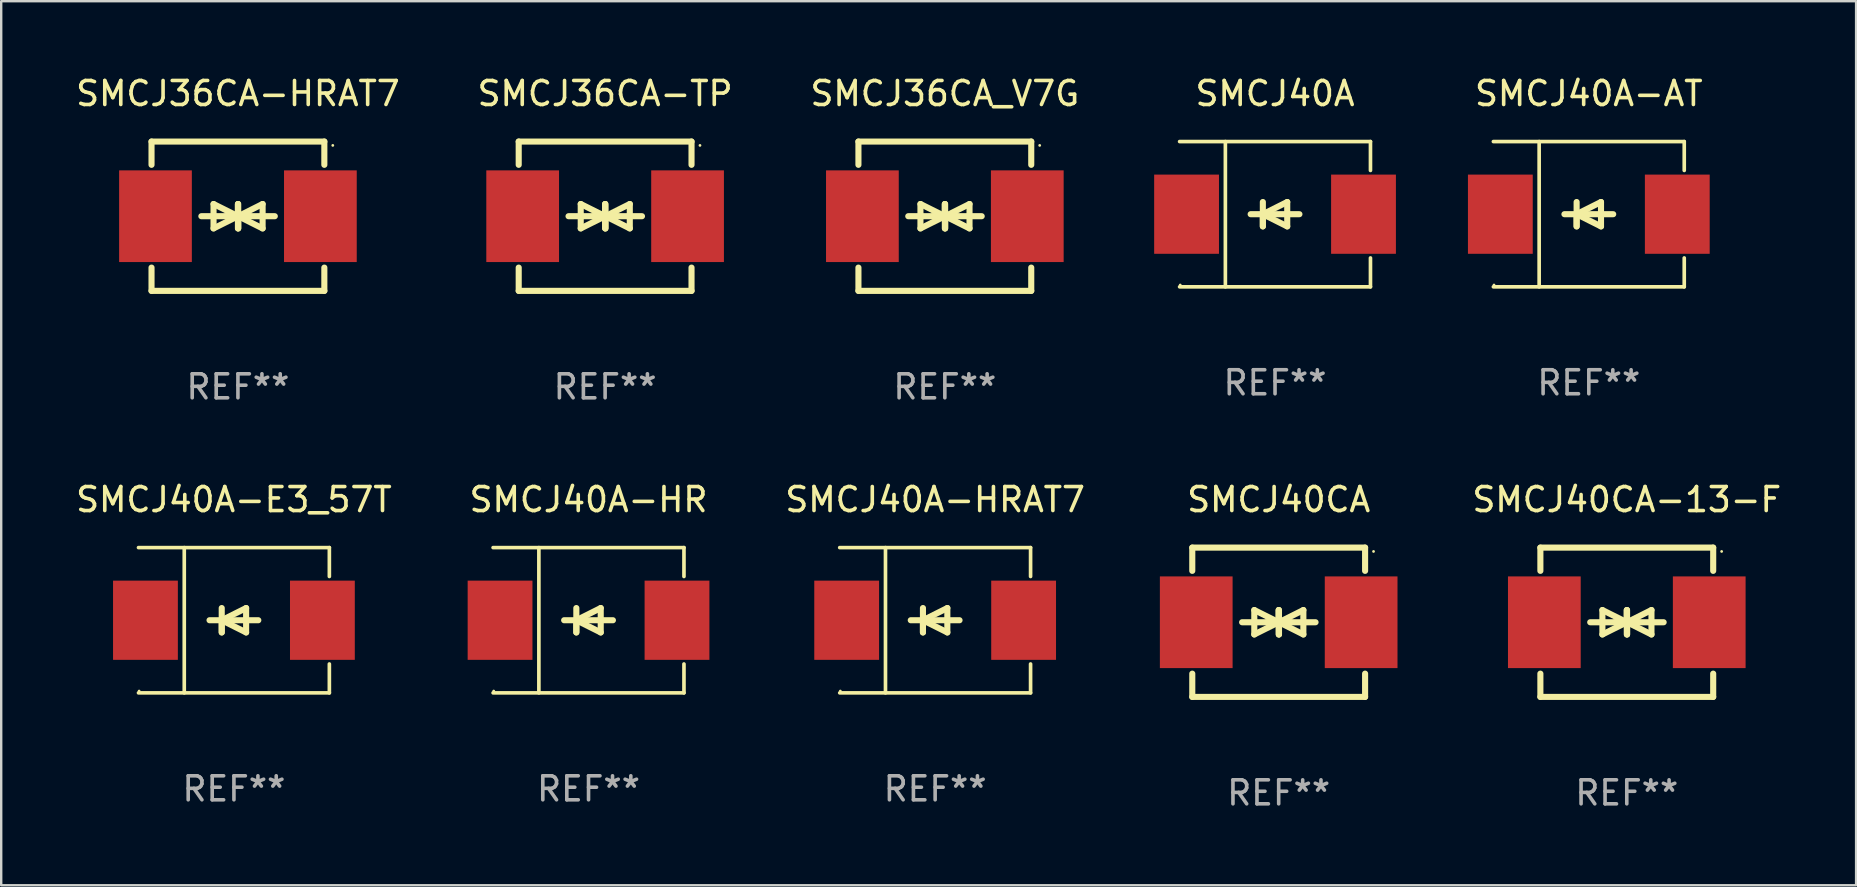
<source format=kicad_pcb>
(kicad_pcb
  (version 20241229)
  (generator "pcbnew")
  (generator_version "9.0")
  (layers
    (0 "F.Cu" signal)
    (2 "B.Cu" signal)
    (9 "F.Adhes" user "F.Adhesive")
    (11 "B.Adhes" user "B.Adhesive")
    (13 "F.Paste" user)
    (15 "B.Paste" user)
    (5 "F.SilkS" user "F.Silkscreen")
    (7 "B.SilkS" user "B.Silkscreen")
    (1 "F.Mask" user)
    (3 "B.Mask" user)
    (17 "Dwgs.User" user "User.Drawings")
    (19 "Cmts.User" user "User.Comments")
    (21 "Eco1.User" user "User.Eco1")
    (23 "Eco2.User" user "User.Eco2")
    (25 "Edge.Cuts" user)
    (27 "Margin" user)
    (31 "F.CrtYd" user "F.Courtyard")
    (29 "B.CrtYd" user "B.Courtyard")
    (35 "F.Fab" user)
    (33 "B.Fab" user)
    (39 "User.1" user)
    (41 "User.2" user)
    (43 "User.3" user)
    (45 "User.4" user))
  (footprint "SMCJ40CA-13-F"
    (layer "F.Cu")
    (at 64.727 22.875)
    (property "Reference" "SMCJ40CA-13-F" (at 0 -5.11 0) (layer "F.SilkS") (effects (font (size 1 1) (thickness 0.15))))
    (attr through_hole)
    (fp_line (start -3.6 -2.141) (end -3.6 -3.11) (stroke (width 0.254) (type solid)) (layer "F.SilkS"))
    (fp_line (start -3.6 3.11) (end -3.6 2.141) (stroke (width 0.254) (type solid)) (layer "F.SilkS"))
    (fp_line (start -1.524 0) (end 0.508 0) (stroke (width 0.254) (type solid)) (layer "F.SilkS"))
    (fp_line (start -1.016 -0.508) (end -1.016 0.508) (stroke (width 0.254) (type solid)) (layer "F.SilkS"))
    (fp_line (start -1.016 0.508) (end 0 0) (stroke (width 0.254) (type solid)) (layer "F.SilkS"))
    (fp_line (start 0 -0.508) (end 0 0.508) (stroke (width 0.254) (type solid)) (layer "F.SilkS"))
    (fp_line (start 0 0) (end -1.016 -0.508) (stroke (width 0.254) (type solid)) (layer "F.SilkS"))
    (fp_line (start 0 0) (end 0 -0.508) (stroke (width 0.254) (type solid)) (layer "F.SilkS"))
    (fp_line (start 0.012 0) (end 0.012 0.508) (stroke (width 0.254) (type solid)) (layer "F.SilkS"))
    (fp_line (start 0.012 0) (end 1.028 0.508) (stroke (width 0.254) (type solid)) (layer "F.SilkS"))
    (fp_line (start 0.012 0.508) (end 0.012 -0.508) (stroke (width 0.254) (type solid)) (layer "F.SilkS"))
    (fp_line (start 1.028 -0.508) (end 0.012 0) (stroke (width 0.254) (type solid)) (layer "F.SilkS"))
    (fp_line (start 1.028 0.508) (end 1.028 -0.508) (stroke (width 0.254) (type solid)) (layer "F.SilkS"))
    (fp_line (start 1.536 0) (end -0.496 0) (stroke (width 0.254) (type solid)) (layer "F.SilkS"))
    (fp_line (start 3.6 -3.11) (end -3.6 -3.11) (stroke (width 0.254) (type solid)) (layer "F.SilkS"))
    (fp_line (start 3.6 -2.141) (end 3.6 -3.11) (stroke (width 0.254) (type solid)) (layer "F.SilkS"))
    (fp_line (start 3.6 3.11) (end -3.6 3.11) (stroke (width 0.254) (type solid)) (layer "F.SilkS"))
    (fp_line (start 3.6 3.11) (end 3.6 2.141) (stroke (width 0.254) (type solid)) (layer "F.SilkS"))
    (fp_circle (center 3.952 -2.95) (end 3.982 -2.95) (stroke (width 0.06) (type solid)) (fill no) (layer "F.SilkS"))
    (fp_text user "REF**" (at 0 7.11 0) (layer "F.Fab") (effects (font (size 1 1) (thickness 0.15))))
    (pad "1" smd rect (at 3.435 0) (size 3.03 3.82) (layers "F.Cu" "F.Mask" "F.Paste"))
    (pad "2" smd rect (at -3.435 0) (size 3.03 3.82) (layers "F.Cu" "F.Mask" "F.Paste")))
  (footprint "SMCJ40A-HRAT7"
    (layer "F.Cu")
    (at 35.911 22.791)
    (property "Reference" "SMCJ40A-HRAT7" (at 0 -5.026 0) (layer "F.SilkS") (effects (font (size 1 1) (thickness 0.15))))
    (attr through_hole)
    (fp_line (start -3.976 -3.026) (end 3.976 -3.026) (stroke (width 0.152) (type solid)) (layer "F.SilkS"))
    (fp_line (start -3.976 3.026) (end 3.976 3.026) (stroke (width 0.152) (type solid)) (layer "F.SilkS"))
    (fp_line (start -2.069 -3.026) (end -2.069 3.026) (stroke (width 0.152) (type solid)) (layer "F.SilkS"))
    (fp_line (start -0.508 0) (end -0.508 0.508) (stroke (width 0.254) (type solid)) (layer "F.SilkS"))
    (fp_line (start -0.508 0) (end 0.508 0.508) (stroke (width 0.254) (type solid)) (layer "F.SilkS"))
    (fp_line (start -0.508 0.508) (end -0.508 -0.508) (stroke (width 0.254) (type solid)) (layer "F.SilkS"))
    (fp_line (start 0.508 -0.508) (end -0.508 0) (stroke (width 0.254) (type solid)) (layer "F.SilkS"))
    (fp_line (start 0.508 0.508) (end 0.508 -0.508) (stroke (width 0.254) (type solid)) (layer "F.SilkS"))
    (fp_line (start 1.016 0) (end -1.016 0) (stroke (width 0.254) (type solid)) (layer "F.SilkS"))
    (fp_line (start 3.976 -3.026) (end 3.976 -1.823) (stroke (width 0.152) (type solid)) (layer "F.SilkS"))
    (fp_line (start 3.976 3.026) (end 3.976 1.823) (stroke (width 0.152) (type solid)) (layer "F.SilkS"))
    (fp_circle (center -3.95 2.95) (end -3.92 2.95) (stroke (width 0.06) (type solid)) (fill no) (layer "F.SilkS"))
    (fp_text user "REF**" (at 0 7.026 0) (layer "F.Fab") (effects (font (size 1 1) (thickness 0.15))))
    (pad "1" smd rect (at -3.686 0) (size 2.7 3.3) (layers "F.Cu" "F.Mask" "F.Paste"))
    (pad "2" smd rect (at 3.686 0) (size 2.7 3.3) (layers "F.Cu" "F.Mask" "F.Paste")))
  (footprint "SMCJ40A-HR"
    (layer "F.Cu")
    (at 21.47 22.791)
    (property "Reference" "SMCJ40A-HR" (at 0 -5.026 0) (layer "F.SilkS") (effects (font (size 1 1) (thickness 0.15))))
    (attr through_hole)
    (fp_line (start -3.976 -3.026) (end 3.976 -3.026) (stroke (width 0.152) (type solid)) (layer "F.SilkS"))
    (fp_line (start -3.976 3.026) (end 3.976 3.026) (stroke (width 0.152) (type solid)) (layer "F.SilkS"))
    (fp_line (start -2.069 -3.026) (end -2.069 3.026) (stroke (width 0.152) (type solid)) (layer "F.SilkS"))
    (fp_line (start -0.508 0) (end -0.508 0.508) (stroke (width 0.254) (type solid)) (layer "F.SilkS"))
    (fp_line (start -0.508 0) (end 0.508 0.508) (stroke (width 0.254) (type solid)) (layer "F.SilkS"))
    (fp_line (start -0.508 0.508) (end -0.508 -0.508) (stroke (width 0.254) (type solid)) (layer "F.SilkS"))
    (fp_line (start 0.508 -0.508) (end -0.508 0) (stroke (width 0.254) (type solid)) (layer "F.SilkS"))
    (fp_line (start 0.508 0.508) (end 0.508 -0.508) (stroke (width 0.254) (type solid)) (layer "F.SilkS"))
    (fp_line (start 1.016 0) (end -1.016 0) (stroke (width 0.254) (type solid)) (layer "F.SilkS"))
    (fp_line (start 3.976 -3.026) (end 3.976 -1.823) (stroke (width 0.152) (type solid)) (layer "F.SilkS"))
    (fp_line (start 3.976 3.026) (end 3.976 1.823) (stroke (width 0.152) (type solid)) (layer "F.SilkS"))
    (fp_circle (center -3.95 2.95) (end -3.92 2.95) (stroke (width 0.06) (type solid)) (fill no) (layer "F.SilkS"))
    (fp_text user "REF**" (at 0 7.026 0) (layer "F.Fab") (effects (font (size 1 1) (thickness 0.15))))
    (pad "1" smd rect (at -3.686 0) (size 2.7 3.3) (layers "F.Cu" "F.Mask" "F.Paste"))
    (pad "2" smd rect (at 3.686 0) (size 2.7 3.3) (layers "F.Cu" "F.Mask" "F.Paste")))
  (footprint "SMCJ40A"
    (layer "F.Cu")
    (at 50.072 5.874)
    (property "Reference" "SMCJ40A" (at 0 -5.026 0) (layer "F.SilkS") (effects (font (size 1 1) (thickness 0.15))))
    (attr through_hole)
    (fp_line (start -3.976 -3.026) (end 3.976 -3.026) (stroke (width 0.152) (type solid)) (layer "F.SilkS"))
    (fp_line (start -3.976 3.026) (end 3.976 3.026) (stroke (width 0.152) (type solid)) (layer "F.SilkS"))
    (fp_line (start -2.069 -3.026) (end -2.069 3.026) (stroke (width 0.152) (type solid)) (layer "F.SilkS"))
    (fp_line (start -0.508 0) (end -0.508 0.508) (stroke (width 0.254) (type solid)) (layer "F.SilkS"))
    (fp_line (start -0.508 0) (end 0.508 0.508) (stroke (width 0.254) (type solid)) (layer "F.SilkS"))
    (fp_line (start -0.508 0.508) (end -0.508 -0.508) (stroke (width 0.254) (type solid)) (layer "F.SilkS"))
    (fp_line (start 0.508 -0.508) (end -0.508 0) (stroke (width 0.254) (type solid)) (layer "F.SilkS"))
    (fp_line (start 0.508 0.508) (end 0.508 -0.508) (stroke (width 0.254) (type solid)) (layer "F.SilkS"))
    (fp_line (start 1.016 0) (end -1.016 0) (stroke (width 0.254) (type solid)) (layer "F.SilkS"))
    (fp_line (start 3.976 -3.026) (end 3.976 -1.823) (stroke (width 0.152) (type solid)) (layer "F.SilkS"))
    (fp_line (start 3.976 3.026) (end 3.976 1.823) (stroke (width 0.152) (type solid)) (layer "F.SilkS"))
    (fp_circle (center -3.95 2.95) (end -3.92 2.95) (stroke (width 0.06) (type solid)) (fill no) (layer "F.SilkS"))
    (fp_text user "REF**" (at 0 7.026 0) (layer "F.Fab") (effects (font (size 1 1) (thickness 0.15))))
    (pad "1" smd rect (at -3.686 0) (size 2.7 3.3) (layers "F.Cu" "F.Mask" "F.Paste"))
    (pad "2" smd rect (at 3.686 0) (size 2.7 3.3) (layers "F.Cu" "F.Mask" "F.Paste")))
  (footprint "SMCJ36CA_V7G"
    (layer "F.Cu")
    (at 36.315 5.958)
    (property "Reference" "SMCJ36CA_V7G" (at 0 -5.11 0) (layer "F.SilkS") (effects (font (size 1 1) (thickness 0.15))))
    (attr through_hole)
    (fp_line (start -3.6 -2.141) (end -3.6 -3.11) (stroke (width 0.254) (type solid)) (layer "F.SilkS"))
    (fp_line (start -3.6 3.11) (end -3.6 2.141) (stroke (width 0.254) (type solid)) (layer "F.SilkS"))
    (fp_line (start -1.524 0) (end 0.508 0) (stroke (width 0.254) (type solid)) (layer "F.SilkS"))
    (fp_line (start -1.016 -0.508) (end -1.016 0.508) (stroke (width 0.254) (type solid)) (layer "F.SilkS"))
    (fp_line (start -1.016 0.508) (end 0 0) (stroke (width 0.254) (type solid)) (layer "F.SilkS"))
    (fp_line (start 0 -0.508) (end 0 0.508) (stroke (width 0.254) (type solid)) (layer "F.SilkS"))
    (fp_line (start 0 0) (end -1.016 -0.508) (stroke (width 0.254) (type solid)) (layer "F.SilkS"))
    (fp_line (start 0 0) (end 0 -0.508) (stroke (width 0.254) (type solid)) (layer "F.SilkS"))
    (fp_line (start 0.012 0) (end 0.012 0.508) (stroke (width 0.254) (type solid)) (layer "F.SilkS"))
    (fp_line (start 0.012 0) (end 1.028 0.508) (stroke (width 0.254) (type solid)) (layer "F.SilkS"))
    (fp_line (start 0.012 0.508) (end 0.012 -0.508) (stroke (width 0.254) (type solid)) (layer "F.SilkS"))
    (fp_line (start 1.028 -0.508) (end 0.012 0) (stroke (width 0.254) (type solid)) (layer "F.SilkS"))
    (fp_line (start 1.028 0.508) (end 1.028 -0.508) (stroke (width 0.254) (type solid)) (layer "F.SilkS"))
    (fp_line (start 1.536 0) (end -0.496 0) (stroke (width 0.254) (type solid)) (layer "F.SilkS"))
    (fp_line (start 3.6 -3.11) (end -3.6 -3.11) (stroke (width 0.254) (type solid)) (layer "F.SilkS"))
    (fp_line (start 3.6 -2.141) (end 3.6 -3.11) (stroke (width 0.254) (type solid)) (layer "F.SilkS"))
    (fp_line (start 3.6 3.11) (end -3.6 3.11) (stroke (width 0.254) (type solid)) (layer "F.SilkS"))
    (fp_line (start 3.6 3.11) (end 3.6 2.141) (stroke (width 0.254) (type solid)) (layer "F.SilkS"))
    (fp_circle (center 3.952 -2.95) (end 3.982 -2.95) (stroke (width 0.06) (type solid)) (fill no) (layer "F.SilkS"))
    (fp_text user "REF**" (at 0 7.11 0) (layer "F.Fab") (effects (font (size 1 1) (thickness 0.15))))
    (pad "1" smd rect (at 3.435 0) (size 3.03 3.82) (layers "F.Cu" "F.Mask" "F.Paste"))
    (pad "2" smd rect (at -3.435 0) (size 3.03 3.82) (layers "F.Cu" "F.Mask" "F.Paste")))
  (footprint "SMCJ36CA-HRAT7"
    (layer "F.Cu")
    (at 6.863 5.958)
    (property "Reference" "SMCJ36CA-HRAT7" (at 0 -5.11 0) (layer "F.SilkS") (effects (font (size 1 1) (thickness 0.15))))
    (attr through_hole)
    (fp_line (start -3.6 -2.141) (end -3.6 -3.11) (stroke (width 0.254) (type solid)) (layer "F.SilkS"))
    (fp_line (start -3.6 3.11) (end -3.6 2.141) (stroke (width 0.254) (type solid)) (layer "F.SilkS"))
    (fp_line (start -1.524 0) (end 0.508 0) (stroke (width 0.254) (type solid)) (layer "F.SilkS"))
    (fp_line (start -1.016 -0.508) (end -1.016 0.508) (stroke (width 0.254) (type solid)) (layer "F.SilkS"))
    (fp_line (start -1.016 0.508) (end 0 0) (stroke (width 0.254) (type solid)) (layer "F.SilkS"))
    (fp_line (start 0 -0.508) (end 0 0.508) (stroke (width 0.254) (type solid)) (layer "F.SilkS"))
    (fp_line (start 0 0) (end -1.016 -0.508) (stroke (width 0.254) (type solid)) (layer "F.SilkS"))
    (fp_line (start 0 0) (end 0 -0.508) (stroke (width 0.254) (type solid)) (layer "F.SilkS"))
    (fp_line (start 0.012 0) (end 0.012 0.508) (stroke (width 0.254) (type solid)) (layer "F.SilkS"))
    (fp_line (start 0.012 0) (end 1.028 0.508) (stroke (width 0.254) (type solid)) (layer "F.SilkS"))
    (fp_line (start 0.012 0.508) (end 0.012 -0.508) (stroke (width 0.254) (type solid)) (layer "F.SilkS"))
    (fp_line (start 1.028 -0.508) (end 0.012 0) (stroke (width 0.254) (type solid)) (layer "F.SilkS"))
    (fp_line (start 1.028 0.508) (end 1.028 -0.508) (stroke (width 0.254) (type solid)) (layer "F.SilkS"))
    (fp_line (start 1.536 0) (end -0.496 0) (stroke (width 0.254) (type solid)) (layer "F.SilkS"))
    (fp_line (start 3.6 -3.11) (end -3.6 -3.11) (stroke (width 0.254) (type solid)) (layer "F.SilkS"))
    (fp_line (start 3.6 -2.141) (end 3.6 -3.11) (stroke (width 0.254) (type solid)) (layer "F.SilkS"))
    (fp_line (start 3.6 3.11) (end -3.6 3.11) (stroke (width 0.254) (type solid)) (layer "F.SilkS"))
    (fp_line (start 3.6 3.11) (end 3.6 2.141) (stroke (width 0.254) (type solid)) (layer "F.SilkS"))
    (fp_circle (center 3.952 -2.95) (end 3.982 -2.95) (stroke (width 0.06) (type solid)) (fill no) (layer "F.SilkS"))
    (fp_text user "REF**" (at 0 7.11 0) (layer "F.Fab") (effects (font (size 1 1) (thickness 0.15))))
    (pad "1" smd rect (at 3.435 0) (size 3.03 3.82) (layers "F.Cu" "F.Mask" "F.Paste"))
    (pad "2" smd rect (at -3.435 0) (size 3.03 3.82) (layers "F.Cu" "F.Mask" "F.Paste")))
  (footprint "SMCJ36CA-TP"
    (layer "F.Cu")
    (at 22.161 5.958)
    (property "Reference" "SMCJ36CA-TP" (at 0 -5.11 0) (layer "F.SilkS") (effects (font (size 1 1) (thickness 0.15))))
    (attr through_hole)
    (fp_line (start -3.6 -2.141) (end -3.6 -3.11) (stroke (width 0.254) (type solid)) (layer "F.SilkS"))
    (fp_line (start -3.6 3.11) (end -3.6 2.141) (stroke (width 0.254) (type solid)) (layer "F.SilkS"))
    (fp_line (start -1.524 0) (end 0.508 0) (stroke (width 0.254) (type solid)) (layer "F.SilkS"))
    (fp_line (start -1.016 -0.508) (end -1.016 0.508) (stroke (width 0.254) (type solid)) (layer "F.SilkS"))
    (fp_line (start -1.016 0.508) (end 0 0) (stroke (width 0.254) (type solid)) (layer "F.SilkS"))
    (fp_line (start 0 -0.508) (end 0 0.508) (stroke (width 0.254) (type solid)) (layer "F.SilkS"))
    (fp_line (start 0 0) (end -1.016 -0.508) (stroke (width 0.254) (type solid)) (layer "F.SilkS"))
    (fp_line (start 0 0) (end 0 -0.508) (stroke (width 0.254) (type solid)) (layer "F.SilkS"))
    (fp_line (start 0.012 0) (end 0.012 0.508) (stroke (width 0.254) (type solid)) (layer "F.SilkS"))
    (fp_line (start 0.012 0) (end 1.028 0.508) (stroke (width 0.254) (type solid)) (layer "F.SilkS"))
    (fp_line (start 0.012 0.508) (end 0.012 -0.508) (stroke (width 0.254) (type solid)) (layer "F.SilkS"))
    (fp_line (start 1.028 -0.508) (end 0.012 0) (stroke (width 0.254) (type solid)) (layer "F.SilkS"))
    (fp_line (start 1.028 0.508) (end 1.028 -0.508) (stroke (width 0.254) (type solid)) (layer "F.SilkS"))
    (fp_line (start 1.536 0) (end -0.496 0) (stroke (width 0.254) (type solid)) (layer "F.SilkS"))
    (fp_line (start 3.6 -3.11) (end -3.6 -3.11) (stroke (width 0.254) (type solid)) (layer "F.SilkS"))
    (fp_line (start 3.6 -2.141) (end 3.6 -3.11) (stroke (width 0.254) (type solid)) (layer "F.SilkS"))
    (fp_line (start 3.6 3.11) (end -3.6 3.11) (stroke (width 0.254) (type solid)) (layer "F.SilkS"))
    (fp_line (start 3.6 3.11) (end 3.6 2.141) (stroke (width 0.254) (type solid)) (layer "F.SilkS"))
    (fp_circle (center 3.952 -2.95) (end 3.982 -2.95) (stroke (width 0.06) (type solid)) (fill no) (layer "F.SilkS"))
    (fp_text user "REF**" (at 0 7.11 0) (layer "F.Fab") (effects (font (size 1 1) (thickness 0.15))))
    (pad "1" smd rect (at 3.435 0) (size 3.03 3.82) (layers "F.Cu" "F.Mask" "F.Paste"))
    (pad "2" smd rect (at -3.435 0) (size 3.03 3.82) (layers "F.Cu" "F.Mask" "F.Paste")))
  (footprint "SMCJ40CA"
    (layer "F.Cu")
    (at 50.224 22.875)
    (property "Reference" "SMCJ40CA" (at 0 -5.11 0) (layer "F.SilkS") (effects (font (size 1 1) (thickness 0.15))))
    (attr through_hole)
    (fp_line (start -3.6 -2.141) (end -3.6 -3.11) (stroke (width 0.254) (type solid)) (layer "F.SilkS"))
    (fp_line (start -3.6 3.11) (end -3.6 2.141) (stroke (width 0.254) (type solid)) (layer "F.SilkS"))
    (fp_line (start -1.524 0) (end 0.508 0) (stroke (width 0.254) (type solid)) (layer "F.SilkS"))
    (fp_line (start -1.016 -0.508) (end -1.016 0.508) (stroke (width 0.254) (type solid)) (layer "F.SilkS"))
    (fp_line (start -1.016 0.508) (end 0 0) (stroke (width 0.254) (type solid)) (layer "F.SilkS"))
    (fp_line (start 0 -0.508) (end 0 0.508) (stroke (width 0.254) (type solid)) (layer "F.SilkS"))
    (fp_line (start 0 0) (end -1.016 -0.508) (stroke (width 0.254) (type solid)) (layer "F.SilkS"))
    (fp_line (start 0 0) (end 0 -0.508) (stroke (width 0.254) (type solid)) (layer "F.SilkS"))
    (fp_line (start 0.012 0) (end 0.012 0.508) (stroke (width 0.254) (type solid)) (layer "F.SilkS"))
    (fp_line (start 0.012 0) (end 1.028 0.508) (stroke (width 0.254) (type solid)) (layer "F.SilkS"))
    (fp_line (start 0.012 0.508) (end 0.012 -0.508) (stroke (width 0.254) (type solid)) (layer "F.SilkS"))
    (fp_line (start 1.028 -0.508) (end 0.012 0) (stroke (width 0.254) (type solid)) (layer "F.SilkS"))
    (fp_line (start 1.028 0.508) (end 1.028 -0.508) (stroke (width 0.254) (type solid)) (layer "F.SilkS"))
    (fp_line (start 1.536 0) (end -0.496 0) (stroke (width 0.254) (type solid)) (layer "F.SilkS"))
    (fp_line (start 3.6 -3.11) (end -3.6 -3.11) (stroke (width 0.254) (type solid)) (layer "F.SilkS"))
    (fp_line (start 3.6 -2.141) (end 3.6 -3.11) (stroke (width 0.254) (type solid)) (layer "F.SilkS"))
    (fp_line (start 3.6 3.11) (end -3.6 3.11) (stroke (width 0.254) (type solid)) (layer "F.SilkS"))
    (fp_line (start 3.6 3.11) (end 3.6 2.141) (stroke (width 0.254) (type solid)) (layer "F.SilkS"))
    (fp_circle (center 3.952 -2.95) (end 3.982 -2.95) (stroke (width 0.06) (type solid)) (fill no) (layer "F.SilkS"))
    (fp_text user "REF**" (at 0 7.11 0) (layer "F.Fab") (effects (font (size 1 1) (thickness 0.15))))
    (pad "1" smd rect (at 3.435 0) (size 3.03 3.82) (layers "F.Cu" "F.Mask" "F.Paste"))
    (pad "2" smd rect (at -3.435 0) (size 3.03 3.82) (layers "F.Cu" "F.Mask" "F.Paste")))
  (footprint "SMCJ40A-AT"
    (layer "F.Cu")
    (at 63.145 5.874)
    (property "Reference" "SMCJ40A-AT" (at 0 -5.026 0) (layer "F.SilkS") (effects (font (size 1 1) (thickness 0.15))))
    (attr through_hole)
    (fp_line (start -3.976 -3.026) (end 3.976 -3.026) (stroke (width 0.152) (type solid)) (layer "F.SilkS"))
    (fp_line (start -3.976 3.026) (end 3.976 3.026) (stroke (width 0.152) (type solid)) (layer "F.SilkS"))
    (fp_line (start -2.069 -3.026) (end -2.069 3.026) (stroke (width 0.152) (type solid)) (layer "F.SilkS"))
    (fp_line (start -0.508 0) (end -0.508 0.508) (stroke (width 0.254) (type solid)) (layer "F.SilkS"))
    (fp_line (start -0.508 0) (end 0.508 0.508) (stroke (width 0.254) (type solid)) (layer "F.SilkS"))
    (fp_line (start -0.508 0.508) (end -0.508 -0.508) (stroke (width 0.254) (type solid)) (layer "F.SilkS"))
    (fp_line (start 0.508 -0.508) (end -0.508 0) (stroke (width 0.254) (type solid)) (layer "F.SilkS"))
    (fp_line (start 0.508 0.508) (end 0.508 -0.508) (stroke (width 0.254) (type solid)) (layer "F.SilkS"))
    (fp_line (start 1.016 0) (end -1.016 0) (stroke (width 0.254) (type solid)) (layer "F.SilkS"))
    (fp_line (start 3.976 -3.026) (end 3.976 -1.823) (stroke (width 0.152) (type solid)) (layer "F.SilkS"))
    (fp_line (start 3.976 3.026) (end 3.976 1.823) (stroke (width 0.152) (type solid)) (layer "F.SilkS"))
    (fp_circle (center -3.95 2.95) (end -3.92 2.95) (stroke (width 0.06) (type solid)) (fill no) (layer "F.SilkS"))
    (fp_text user "REF**" (at 0 7.026 0) (layer "F.Fab") (effects (font (size 1 1) (thickness 0.15))))
    (pad "1" smd rect (at -3.686 0) (size 2.7 3.3) (layers "F.Cu" "F.Mask" "F.Paste"))
    (pad "2" smd rect (at 3.686 0) (size 2.7 3.3) (layers "F.Cu" "F.Mask" "F.Paste")))
  (footprint "SMCJ40A-E3_57T"
    (layer "F.Cu")
    (at 6.696 22.791)
    (property "Reference" "SMCJ40A-E3_57T" (at 0 -5.026 0) (layer "F.SilkS") (effects (font (size 1 1) (thickness 0.15))))
    (attr through_hole)
    (fp_line (start -3.976 -3.026) (end 3.976 -3.026) (stroke (width 0.152) (type solid)) (layer "F.SilkS"))
    (fp_line (start -3.976 3.026) (end 3.976 3.026) (stroke (width 0.152) (type solid)) (layer "F.SilkS"))
    (fp_line (start -2.069 -3.026) (end -2.069 3.026) (stroke (width 0.152) (type solid)) (layer "F.SilkS"))
    (fp_line (start -0.508 0) (end -0.508 0.508) (stroke (width 0.254) (type solid)) (layer "F.SilkS"))
    (fp_line (start -0.508 0) (end 0.508 0.508) (stroke (width 0.254) (type solid)) (layer "F.SilkS"))
    (fp_line (start -0.508 0.508) (end -0.508 -0.508) (stroke (width 0.254) (type solid)) (layer "F.SilkS"))
    (fp_line (start 0.508 -0.508) (end -0.508 0) (stroke (width 0.254) (type solid)) (layer "F.SilkS"))
    (fp_line (start 0.508 0.508) (end 0.508 -0.508) (stroke (width 0.254) (type solid)) (layer "F.SilkS"))
    (fp_line (start 1.016 0) (end -1.016 0) (stroke (width 0.254) (type solid)) (layer "F.SilkS"))
    (fp_line (start 3.976 -3.026) (end 3.976 -1.823) (stroke (width 0.152) (type solid)) (layer "F.SilkS"))
    (fp_line (start 3.976 3.026) (end 3.976 1.823) (stroke (width 0.152) (type solid)) (layer "F.SilkS"))
    (fp_circle (center -3.95 2.95) (end -3.92 2.95) (stroke (width 0.06) (type solid)) (fill no) (layer "F.SilkS"))
    (fp_text user "REF**" (at 0 7.026 0) (layer "F.Fab") (effects (font (size 1 1) (thickness 0.15))))
    (pad "1" smd rect (at -3.686 0) (size 2.7 3.3) (layers "F.Cu" "F.Mask" "F.Paste"))
    (pad "2" smd rect (at 3.686 0) (size 2.7 3.3) (layers "F.Cu" "F.Mask" "F.Paste")))
  (gr_rect
    (start -3 -3)
    (end 74.281 33.833)
    (stroke (width 0.1) (type default))
    (fill no)
    (layer "Edge.Cuts")))
</source>
